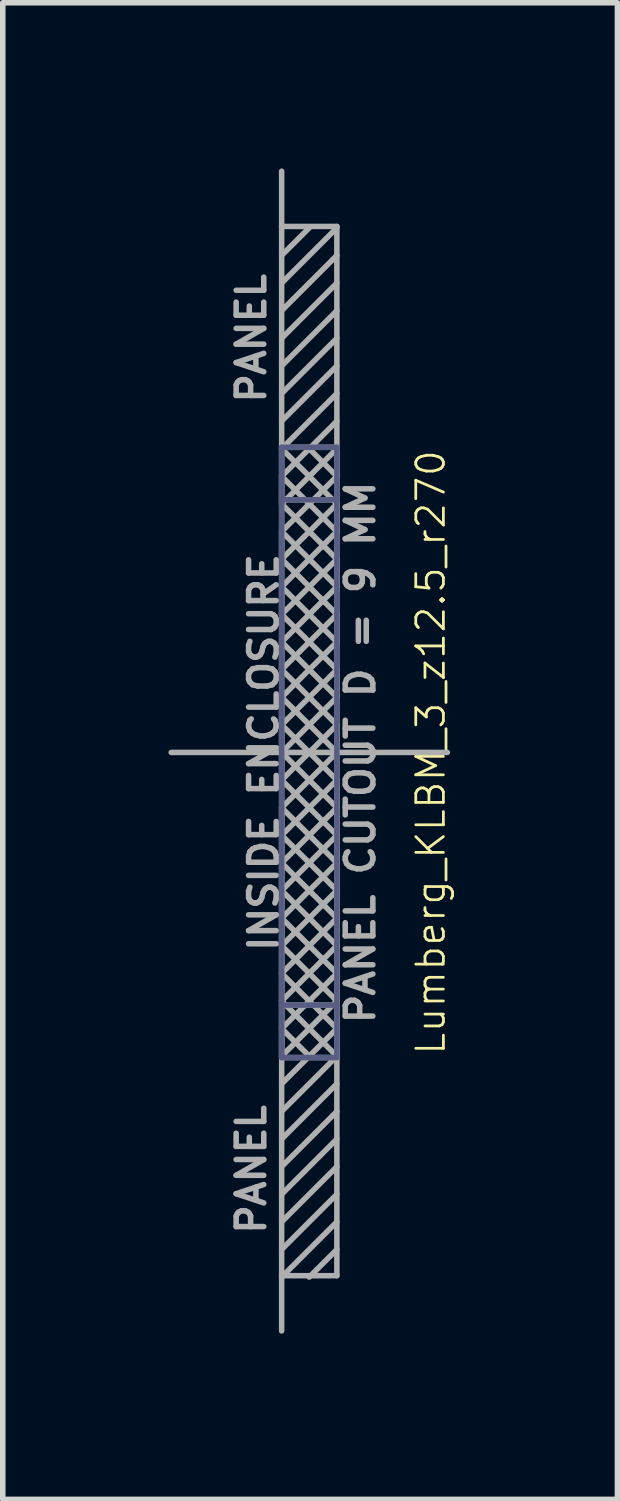
<source format=kicad_pcb>
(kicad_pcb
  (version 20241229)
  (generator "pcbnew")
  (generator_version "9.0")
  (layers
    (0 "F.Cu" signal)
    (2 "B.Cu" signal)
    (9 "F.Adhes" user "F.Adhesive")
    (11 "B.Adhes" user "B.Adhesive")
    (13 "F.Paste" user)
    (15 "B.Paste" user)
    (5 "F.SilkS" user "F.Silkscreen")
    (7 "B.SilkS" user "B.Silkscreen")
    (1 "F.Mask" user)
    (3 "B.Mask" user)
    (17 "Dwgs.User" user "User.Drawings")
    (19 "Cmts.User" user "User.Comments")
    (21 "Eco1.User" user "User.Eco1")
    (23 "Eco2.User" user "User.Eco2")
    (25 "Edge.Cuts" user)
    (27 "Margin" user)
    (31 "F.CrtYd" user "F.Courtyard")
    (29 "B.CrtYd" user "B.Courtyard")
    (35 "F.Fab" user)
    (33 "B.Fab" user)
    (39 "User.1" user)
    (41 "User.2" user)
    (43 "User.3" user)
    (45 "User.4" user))
  (footprint "Lumberg_KLBM_3_z12.5_r270"
    (layer "F.Cu")
    (at 2.05 10.575)
    (property "Reference" "Lumberg_KLBM_3_z12.5_r270" (at 2.7 0 90) (layer "F.SilkS") (effects (font (size 0.5 0.5) (thickness 0.05))))
    (attr through_hole)
    (fp_line (start 0 -5.525) (end 0 -5.5) (stroke (width 0.1) (type solid)) (layer "B.Fab"))
    (fp_line (start 0 -5.5) (end 0 -4.5) (stroke (width 0.1) (type solid)) (layer "B.Fab"))
    (fp_line (start 0 -4.575) (end 1 -4.575) (stroke (width 0.1) (type solid)) (layer "B.Fab"))
    (fp_line (start 0 4.5) (end 0 -5.5) (stroke (width 0.1) (type solid)) (layer "B.Fab"))
    (fp_line (start 0 4.575) (end 1 4.575) (stroke (width 0.1) (type solid)) (layer "B.Fab"))
    (fp_line (start 0 5.5) (end 0 4.5) (stroke (width 0.1) (type solid)) (layer "B.Fab"))
    (fp_line (start 0 5.525) (end 0 5.45) (stroke (width 0.1) (type solid)) (layer "B.Fab"))
    (fp_line (start 1 -5.525) (end 0 -5.525) (stroke (width 0.1) (type solid)) (layer "B.Fab"))
    (fp_line (start 1 -5.5) (end 1 -5.525) (stroke (width 0.1) (type solid)) (layer "B.Fab"))
    (fp_line (start 1 -5.5) (end 1 5.5) (stroke (width 0.1) (type solid)) (layer "B.Fab"))
    (fp_line (start 1 5.525) (end 0 5.525) (stroke (width 0.1) (type solid)) (layer "B.Fab"))
    (fp_line (start -2 0) (end 3 0) (stroke (width 0.1) (type solid)) (layer "F.Fab"))
    (fp_line (start 0 -9.525) (end 0 -10.525) (stroke (width 0.1) (type solid)) (layer "F.Fab"))
    (fp_line (start 0 -9.525) (end 1 -9.525) (stroke (width 0.1) (type solid)) (layer "F.Fab"))
    (fp_line (start 0 -9) (end 0.5 -9.5) (stroke (width 0.1) (type solid)) (layer "F.Fab"))
    (fp_line (start 0 -6.5) (end 1 -7.5) (stroke (width 0.1) (type solid)) (layer "F.Fab"))
    (fp_line (start 0 -5.525) (end 1 -5.525) (stroke (width 0.1) (type solid)) (layer "F.Fab"))
    (fp_line (start 0 -5.5) (end 1 -6.5) (stroke (width 0.1) (type solid)) (layer "F.Fab"))
    (fp_line (start 0 -5.5) (end 1 -4.5) (stroke (width 0.1) (type solid)) (layer "F.Fab"))
    (fp_line (start 0 -5) (end 0.5 -5.5) (stroke (width 0.1) (type solid)) (layer "F.Fab"))
    (fp_line (start 0 -5) (end 1 -4) (stroke (width 0.1) (type solid)) (layer "F.Fab"))
    (fp_line (start 0 -4.575) (end 1 -4.575) (stroke (width 0.1) (type solid)) (layer "F.Fab"))
    (fp_line (start 0 -4.5) (end 0 -5) (stroke (width 0.1) (type solid)) (layer "F.Fab"))
    (fp_line (start 0 -4.5) (end 1 -3.5) (stroke (width 0.1) (type solid)) (layer "F.Fab"))
    (fp_line (start 0 -4) (end 1 -5) (stroke (width 0.1) (type solid)) (layer "F.Fab"))
    (fp_line (start 0 -4) (end 1 -3) (stroke (width 0.1) (type solid)) (layer "F.Fab"))
    (fp_line (start 0 -3.5) (end 0 -4) (stroke (width 0.1) (type solid)) (layer "F.Fab"))
    (fp_line (start 0 -3.5) (end 1 -2.5) (stroke (width 0.1) (type solid)) (layer "F.Fab"))
    (fp_line (start 0 -3) (end 1 -4) (stroke (width 0.1) (type solid)) (layer "F.Fab"))
    (fp_line (start 0 -3) (end 1 -2) (stroke (width 0.1) (type solid)) (layer "F.Fab"))
    (fp_line (start 0 -2.5) (end 0 -3) (stroke (width 0.1) (type solid)) (layer "F.Fab"))
    (fp_line (start 0 -2) (end 1 -3) (stroke (width 0.1) (type solid)) (layer "F.Fab"))
    (fp_line (start 0 -2) (end 1 -1) (stroke (width 0.1) (type solid)) (layer "F.Fab"))
    (fp_line (start 0 -1.5) (end 0 -2) (stroke (width 0.1) (type solid)) (layer "F.Fab"))
    (fp_line (start 0 -1.5) (end 1 -0.5) (stroke (width 0.1) (type solid)) (layer "F.Fab"))
    (fp_line (start 0 -1) (end 1 -2) (stroke (width 0.1) (type solid)) (layer "F.Fab"))
    (fp_line (start 0 -0.5) (end 0 -1) (stroke (width 0.1) (type solid)) (layer "F.Fab"))
    (fp_line (start 0 -0.5) (end 0 0) (stroke (width 0.1) (type solid)) (layer "F.Fab"))
    (fp_line (start 0 0) (end 1 -1) (stroke (width 0.1) (type solid)) (layer "F.Fab"))
    (fp_line (start 0 0) (end 1 1) (stroke (width 0.1) (type solid)) (layer "F.Fab"))
    (fp_line (start 0 0.5) (end 0 0) (stroke (width 0.1) (type solid)) (layer "F.Fab"))
    (fp_line (start 0 1) (end 1 0) (stroke (width 0.1) (type solid)) (layer "F.Fab"))
    (fp_line (start 0 1) (end 1 2) (stroke (width 0.1) (type solid)) (layer "F.Fab"))
    (fp_line (start 0 1.5) (end 0 1) (stroke (width 0.1) (type solid)) (layer "F.Fab"))
    (fp_line (start 0 1.5) (end 0 2) (stroke (width 0.1) (type solid)) (layer "F.Fab"))
    (fp_line (start 0 2) (end 1 1) (stroke (width 0.1) (type solid)) (layer "F.Fab"))
    (fp_line (start 0 2) (end 1 3) (stroke (width 0.1) (type solid)) (layer "F.Fab"))
    (fp_line (start 0 2.5) (end 0 2) (stroke (width 0.1) (type solid)) (layer "F.Fab"))
    (fp_line (start 0 2.5) (end 0 3) (stroke (width 0.1) (type solid)) (layer "F.Fab"))
    (fp_line (start 0 3) (end 1 2) (stroke (width 0.1) (type solid)) (layer "F.Fab"))
    (fp_line (start 0 3) (end 1 4) (stroke (width 0.1) (type solid)) (layer "F.Fab"))
    (fp_line (start 0 3.5) (end 0 3) (stroke (width 0.1) (type solid)) (layer "F.Fab"))
    (fp_line (start 0 3.5) (end 0 4) (stroke (width 0.1) (type solid)) (layer "F.Fab"))
    (fp_line (start 0 4) (end 1 3) (stroke (width 0.1) (type solid)) (layer "F.Fab"))
    (fp_line (start 0 4) (end 1 5) (stroke (width 0.1) (type solid)) (layer "F.Fab"))
    (fp_line (start 0 4.5) (end 0 4) (stroke (width 0.1) (type solid)) (layer "F.Fab"))
    (fp_line (start 0 4.5) (end 0 5) (stroke (width 0.1) (type solid)) (layer "F.Fab"))
    (fp_line (start 0 4.575) (end 1 4.575) (stroke (width 0.1) (type solid)) (layer "F.Fab"))
    (fp_line (start 0 5) (end 0.5 5.5) (stroke (width 0.1) (type solid)) (layer "F.Fab"))
    (fp_line (start 0 5) (end 1 4) (stroke (width 0.1) (type solid)) (layer "F.Fab"))
    (fp_line (start 0 5.5) (end 0 5) (stroke (width 0.1) (type solid)) (layer "F.Fab"))
    (fp_line (start 0 5.525) (end 1 5.525) (stroke (width 0.1) (type solid)) (layer "F.Fab"))
    (fp_line (start 0 7) (end 1 6) (stroke (width 0.1) (type solid)) (layer "F.Fab"))
    (fp_line (start 0 8) (end 1 7) (stroke (width 0.1) (type solid)) (layer "F.Fab"))
    (fp_line (start 0 9) (end 1 8) (stroke (width 0.1) (type solid)) (layer "F.Fab"))
    (fp_line (start 0 9.475) (end 0 -9.525) (stroke (width 0.1) (type solid)) (layer "F.Fab"))
    (fp_line (start 0 9.475) (end 0 10.475) (stroke (width 0.1) (type solid)) (layer "F.Fab"))
    (fp_line (start 0.5 -5.5) (end 1 -5) (stroke (width 0.1) (type solid)) (layer "F.Fab"))
    (fp_line (start 0.5 5.5) (end 0 6) (stroke (width 0.1) (type solid)) (layer "F.Fab"))
    (fp_line (start 0.5 5.5) (end 1 5) (stroke (width 0.1) (type solid)) (layer "F.Fab"))
    (fp_line (start 0.5 9.5) (end 1 9) (stroke (width 0.1) (type solid)) (layer "F.Fab"))
    (fp_line (start 1 -9.525) (end 1 9.475) (stroke (width 0.1) (type solid)) (layer "F.Fab"))
    (fp_line (start 1 -9.5) (end 0 -8.5) (stroke (width 0.1) (type solid)) (layer "F.Fab"))
    (fp_line (start 1 -9) (end 0 -8) (stroke (width 0.1) (type solid)) (layer "F.Fab"))
    (fp_line (start 1 -8.5) (end 0 -7.5) (stroke (width 0.1) (type solid)) (layer "F.Fab"))
    (fp_line (start 1 -8) (end 0 -7) (stroke (width 0.1) (type solid)) (layer "F.Fab"))
    (fp_line (start 1 -7) (end 0 -6) (stroke (width 0.1) (type solid)) (layer "F.Fab"))
    (fp_line (start 1 -6) (end 0.5 -5.5) (stroke (width 0.1) (type solid)) (layer "F.Fab"))
    (fp_line (start 1 -5.5) (end 0 -4.5) (stroke (width 0.1) (type solid)) (layer "F.Fab"))
    (fp_line (start 1 -5) (end 1 -5.5) (stroke (width 0.1) (type solid)) (layer "F.Fab"))
    (fp_line (start 1 -4.5) (end 0 -3.5) (stroke (width 0.1) (type solid)) (layer "F.Fab"))
    (fp_line (start 1 -4) (end 1 -4.5) (stroke (width 0.1) (type solid)) (layer "F.Fab"))
    (fp_line (start 1 -3.5) (end 0 -2.5) (stroke (width 0.1) (type solid)) (layer "F.Fab"))
    (fp_line (start 1 -3) (end 1 -3.5) (stroke (width 0.1) (type solid)) (layer "F.Fab"))
    (fp_line (start 1 -2.5) (end 0 -1.5) (stroke (width 0.1) (type solid)) (layer "F.Fab"))
    (fp_line (start 1 -2) (end 1 -2.5) (stroke (width 0.1) (type solid)) (layer "F.Fab"))
    (fp_line (start 1 -1.5) (end 0 -2.5) (stroke (width 0.1) (type solid)) (layer "F.Fab"))
    (fp_line (start 1 -1.5) (end 0 -0.5) (stroke (width 0.1) (type solid)) (layer "F.Fab"))
    (fp_line (start 1 -1) (end 1 -1.5) (stroke (width 0.1) (type solid)) (layer "F.Fab"))
    (fp_line (start 1 -0.5) (end 0 0.5) (stroke (width 0.1) (type solid)) (layer "F.Fab"))
    (fp_line (start 1 -0.5) (end 1 0) (stroke (width 0.1) (type solid)) (layer "F.Fab"))
    (fp_line (start 1 0) (end 0 -1) (stroke (width 0.1) (type solid)) (layer "F.Fab"))
    (fp_line (start 1 0) (end 1 -0.5) (stroke (width 0.1) (type solid)) (layer "F.Fab"))
    (fp_line (start 1 0.5) (end 0 -0.5) (stroke (width 0.1) (type solid)) (layer "F.Fab"))
    (fp_line (start 1 0.5) (end 0 1.5) (stroke (width 0.1) (type solid)) (layer "F.Fab"))
    (fp_line (start 1 1) (end 1 0.5) (stroke (width 0.1) (type solid)) (layer "F.Fab"))
    (fp_line (start 1 1) (end 1 1.5) (stroke (width 0.1) (type solid)) (layer "F.Fab"))
    (fp_line (start 1 1.5) (end 0 0.5) (stroke (width 0.1) (type solid)) (layer "F.Fab"))
    (fp_line (start 1 1.5) (end 0 2.5) (stroke (width 0.1) (type solid)) (layer "F.Fab"))
    (fp_line (start 1 2) (end 1 1.5) (stroke (width 0.1) (type solid)) (layer "F.Fab"))
    (fp_line (start 1 2) (end 1 2.5) (stroke (width 0.1) (type solid)) (layer "F.Fab"))
    (fp_line (start 1 2.5) (end 0 1.5) (stroke (width 0.1) (type solid)) (layer "F.Fab"))
    (fp_line (start 1 2.5) (end 0 3.5) (stroke (width 0.1) (type solid)) (layer "F.Fab"))
    (fp_line (start 1 3) (end 1 2.5) (stroke (width 0.1) (type solid)) (layer "F.Fab"))
    (fp_line (start 1 3) (end 1 3.5) (stroke (width 0.1) (type solid)) (layer "F.Fab"))
    (fp_line (start 1 3.5) (end 0 2.5) (stroke (width 0.1) (type solid)) (layer "F.Fab"))
    (fp_line (start 1 3.5) (end 0 4.5) (stroke (width 0.1) (type solid)) (layer "F.Fab"))
    (fp_line (start 1 4) (end 1 3.5) (stroke (width 0.1) (type solid)) (layer "F.Fab"))
    (fp_line (start 1 4) (end 1 4.5) (stroke (width 0.1) (type solid)) (layer "F.Fab"))
    (fp_line (start 1 4.5) (end 0 3.5) (stroke (width 0.1) (type solid)) (layer "F.Fab"))
    (fp_line (start 1 4.5) (end 0 5.5) (stroke (width 0.1) (type solid)) (layer "F.Fab"))
    (fp_line (start 1 5) (end 1 4.5) (stroke (width 0.1) (type solid)) (layer "F.Fab"))
    (fp_line (start 1 5) (end 1 5.5) (stroke (width 0.1) (type solid)) (layer "F.Fab"))
    (fp_line (start 1 5.5) (end 0 4.5) (stroke (width 0.1) (type solid)) (layer "F.Fab"))
    (fp_line (start 1 5.5) (end 0 6.5) (stroke (width 0.1) (type solid)) (layer "F.Fab"))
    (fp_line (start 1 6.5) (end 0 7.5) (stroke (width 0.1) (type solid)) (layer "F.Fab"))
    (fp_line (start 1 7.5) (end 0 8.5) (stroke (width 0.1) (type solid)) (layer "F.Fab"))
    (fp_line (start 1 8.5) (end 0 9.5) (stroke (width 0.1) (type solid)) (layer "F.Fab"))
    (fp_line (start 1 9.475) (end 0 9.475) (stroke (width 0.1) (type solid)) (layer "F.Fab"))
    (fp_text user "PANEL" (at -0.55 -7.5 90) (layer "F.Fab") (effects (font (size 0.5 0.5) (thickness 0.1))))
    (fp_text user "PANEL CUTOUT D = 9 MM" (at 1.425 0 90) (layer "F.Fab") (effects (font (size 0.5 0.5) (thickness 0.1))))
    (fp_text user "PANEL" (at -0.55 7.55 90) (layer "F.Fab") (effects (font (size 0.5 0.5) (thickness 0.1))))
    (fp_text user "INSIDE ENCLOSURE" (at -0.325 0 90) (layer "F.Fab") (effects (font (size 0.5 0.5) (thickness 0.1)))))
  (gr_rect
    (start -3 -3)
    (end 8.13 24.1)
    (stroke (width 0.1) (type default))
    (fill no)
    (layer "Edge.Cuts")))
</source>
